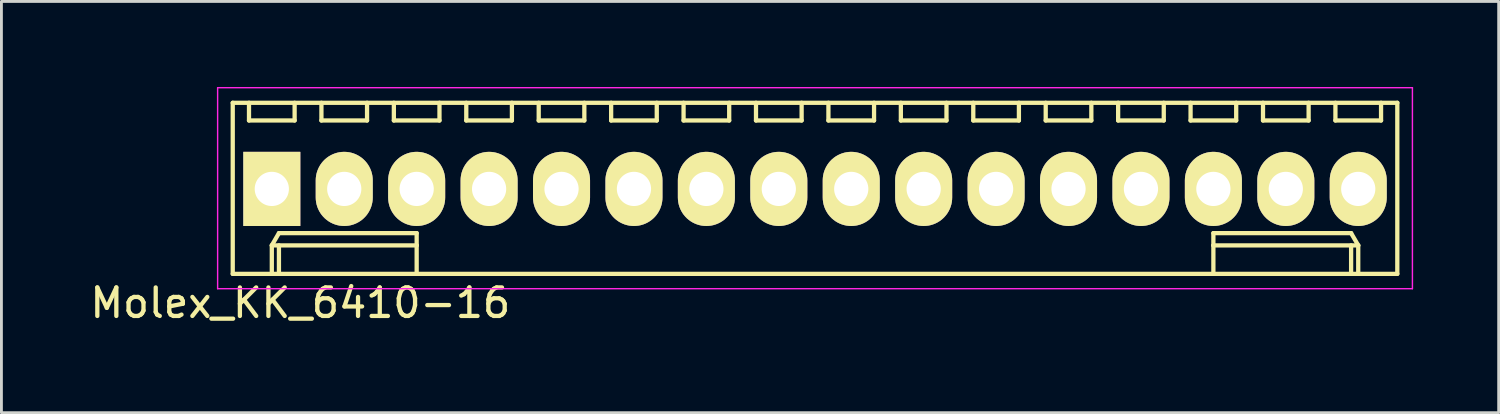
<source format=kicad_pcb>
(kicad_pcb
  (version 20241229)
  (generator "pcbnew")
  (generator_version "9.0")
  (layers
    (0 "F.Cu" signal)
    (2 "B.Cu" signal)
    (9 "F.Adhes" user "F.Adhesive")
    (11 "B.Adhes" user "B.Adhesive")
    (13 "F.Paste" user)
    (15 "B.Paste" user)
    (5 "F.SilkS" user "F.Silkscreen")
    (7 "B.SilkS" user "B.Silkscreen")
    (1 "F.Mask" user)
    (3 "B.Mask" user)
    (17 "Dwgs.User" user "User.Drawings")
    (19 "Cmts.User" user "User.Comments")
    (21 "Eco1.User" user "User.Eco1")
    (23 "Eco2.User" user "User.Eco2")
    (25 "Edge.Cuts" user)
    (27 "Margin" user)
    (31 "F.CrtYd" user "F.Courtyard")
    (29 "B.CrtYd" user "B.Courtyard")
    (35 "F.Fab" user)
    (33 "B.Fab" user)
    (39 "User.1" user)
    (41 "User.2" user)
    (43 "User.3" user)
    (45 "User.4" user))
  (footprint "Molex_KK_6410-16"
    (layer "F.Cu")
    (at 6.482 3.575)
    (property "Reference" "Molex_KK_6410-16" (at 1 4 0) (layer "F.SilkS") (effects (font (size 1 1) (thickness 0.15))))
    (attr through_hole)
    (fp_line (start -1.37 -3.02) (end -1.37 2.98) (stroke (width 0.15) (type solid)) (layer "F.SilkS"))
    (fp_line (start -1.37 2.98) (end 39.47 2.98) (stroke (width 0.15) (type solid)) (layer "F.SilkS"))
    (fp_line (start -0.8 -3.02) (end -0.8 -2.4) (stroke (width 0.15) (type solid)) (layer "F.SilkS"))
    (fp_line (start -0.8 -2.4) (end 0.8 -2.4) (stroke (width 0.15) (type solid)) (layer "F.SilkS"))
    (fp_line (start 0 1.98) (end 0.25 1.55) (stroke (width 0.15) (type solid)) (layer "F.SilkS"))
    (fp_line (start 0 1.98) (end 5.08 1.98) (stroke (width 0.15) (type solid)) (layer "F.SilkS"))
    (fp_line (start 0 2.98) (end 0 1.98) (stroke (width 0.15) (type solid)) (layer "F.SilkS"))
    (fp_line (start 0.25 1.55) (end 5.08 1.55) (stroke (width 0.15) (type solid)) (layer "F.SilkS"))
    (fp_line (start 0.25 2.98) (end 0.25 1.98) (stroke (width 0.15) (type solid)) (layer "F.SilkS"))
    (fp_line (start 0.8 -2.4) (end 0.8 -3.02) (stroke (width 0.15) (type solid)) (layer "F.SilkS"))
    (fp_line (start 1.74 -3.02) (end 1.74 -2.4) (stroke (width 0.15) (type solid)) (layer "F.SilkS"))
    (fp_line (start 1.74 -2.4) (end 3.34 -2.4) (stroke (width 0.15) (type solid)) (layer "F.SilkS"))
    (fp_line (start 3.34 -2.4) (end 3.34 -3.02) (stroke (width 0.15) (type solid)) (layer "F.SilkS"))
    (fp_line (start 4.28 -3.02) (end 4.28 -2.4) (stroke (width 0.15) (type solid)) (layer "F.SilkS"))
    (fp_line (start 4.28 -2.4) (end 5.88 -2.4) (stroke (width 0.15) (type solid)) (layer "F.SilkS"))
    (fp_line (start 5.08 1.55) (end 5.08 1.98) (stroke (width 0.15) (type solid)) (layer "F.SilkS"))
    (fp_line (start 5.08 1.98) (end 5.08 2.98) (stroke (width 0.15) (type solid)) (layer "F.SilkS"))
    (fp_line (start 5.88 -2.4) (end 5.88 -3.02) (stroke (width 0.15) (type solid)) (layer "F.SilkS"))
    (fp_line (start 6.82 -3.02) (end 6.82 -2.4) (stroke (width 0.15) (type solid)) (layer "F.SilkS"))
    (fp_line (start 6.82 -2.4) (end 8.42 -2.4) (stroke (width 0.15) (type solid)) (layer "F.SilkS"))
    (fp_line (start 8.42 -2.4) (end 8.42 -3.02) (stroke (width 0.15) (type solid)) (layer "F.SilkS"))
    (fp_line (start 9.36 -3.02) (end 9.36 -2.4) (stroke (width 0.15) (type solid)) (layer "F.SilkS"))
    (fp_line (start 9.36 -2.4) (end 10.96 -2.4) (stroke (width 0.15) (type solid)) (layer "F.SilkS"))
    (fp_line (start 10.96 -2.4) (end 10.96 -3.02) (stroke (width 0.15) (type solid)) (layer "F.SilkS"))
    (fp_line (start 11.9 -3.02) (end 11.9 -2.4) (stroke (width 0.15) (type solid)) (layer "F.SilkS"))
    (fp_line (start 11.9 -2.4) (end 13.5 -2.4) (stroke (width 0.15) (type solid)) (layer "F.SilkS"))
    (fp_line (start 13.5 -2.4) (end 13.5 -3.02) (stroke (width 0.15) (type solid)) (layer "F.SilkS"))
    (fp_line (start 14.44 -3.02) (end 14.44 -2.4) (stroke (width 0.15) (type solid)) (layer "F.SilkS"))
    (fp_line (start 14.44 -2.4) (end 16.04 -2.4) (stroke (width 0.15) (type solid)) (layer "F.SilkS"))
    (fp_line (start 16.04 -2.4) (end 16.04 -3.02) (stroke (width 0.15) (type solid)) (layer "F.SilkS"))
    (fp_line (start 16.98 -3.02) (end 16.98 -2.4) (stroke (width 0.15) (type solid)) (layer "F.SilkS"))
    (fp_line (start 16.98 -2.4) (end 18.58 -2.4) (stroke (width 0.15) (type solid)) (layer "F.SilkS"))
    (fp_line (start 18.58 -2.4) (end 18.58 -3.02) (stroke (width 0.15) (type solid)) (layer "F.SilkS"))
    (fp_line (start 19.52 -3.02) (end 19.52 -2.4) (stroke (width 0.15) (type solid)) (layer "F.SilkS"))
    (fp_line (start 19.52 -2.4) (end 21.12 -2.4) (stroke (width 0.15) (type solid)) (layer "F.SilkS"))
    (fp_line (start 21.12 -2.4) (end 21.12 -3.02) (stroke (width 0.15) (type solid)) (layer "F.SilkS"))
    (fp_line (start 22.06 -3.02) (end 22.06 -2.4) (stroke (width 0.15) (type solid)) (layer "F.SilkS"))
    (fp_line (start 22.06 -2.4) (end 23.66 -2.4) (stroke (width 0.15) (type solid)) (layer "F.SilkS"))
    (fp_line (start 23.66 -2.4) (end 23.66 -3.02) (stroke (width 0.15) (type solid)) (layer "F.SilkS"))
    (fp_line (start 24.6 -3.02) (end 24.6 -2.4) (stroke (width 0.15) (type solid)) (layer "F.SilkS"))
    (fp_line (start 24.6 -2.4) (end 26.2 -2.4) (stroke (width 0.15) (type solid)) (layer "F.SilkS"))
    (fp_line (start 26.2 -2.4) (end 26.2 -3.02) (stroke (width 0.15) (type solid)) (layer "F.SilkS"))
    (fp_line (start 27.14 -3.02) (end 27.14 -2.4) (stroke (width 0.15) (type solid)) (layer "F.SilkS"))
    (fp_line (start 27.14 -2.4) (end 28.74 -2.4) (stroke (width 0.15) (type solid)) (layer "F.SilkS"))
    (fp_line (start 28.74 -2.4) (end 28.74 -3.02) (stroke (width 0.15) (type solid)) (layer "F.SilkS"))
    (fp_line (start 29.68 -3.02) (end 29.68 -2.4) (stroke (width 0.15) (type solid)) (layer "F.SilkS"))
    (fp_line (start 29.68 -2.4) (end 31.28 -2.4) (stroke (width 0.15) (type solid)) (layer "F.SilkS"))
    (fp_line (start 31.28 -2.4) (end 31.28 -3.02) (stroke (width 0.15) (type solid)) (layer "F.SilkS"))
    (fp_line (start 32.22 -3.02) (end 32.22 -2.4) (stroke (width 0.15) (type solid)) (layer "F.SilkS"))
    (fp_line (start 32.22 -2.4) (end 33.82 -2.4) (stroke (width 0.15) (type solid)) (layer "F.SilkS"))
    (fp_line (start 33.02 1.55) (end 33.02 1.98) (stroke (width 0.15) (type solid)) (layer "F.SilkS"))
    (fp_line (start 33.02 1.98) (end 33.02 2.98) (stroke (width 0.15) (type solid)) (layer "F.SilkS"))
    (fp_line (start 33.82 -2.4) (end 33.82 -3.02) (stroke (width 0.15) (type solid)) (layer "F.SilkS"))
    (fp_line (start 34.76 -3.02) (end 34.76 -2.4) (stroke (width 0.15) (type solid)) (layer "F.SilkS"))
    (fp_line (start 34.76 -2.4) (end 36.36 -2.4) (stroke (width 0.15) (type solid)) (layer "F.SilkS"))
    (fp_line (start 36.36 -2.4) (end 36.36 -3.02) (stroke (width 0.15) (type solid)) (layer "F.SilkS"))
    (fp_line (start 37.3 -3.02) (end 37.3 -2.4) (stroke (width 0.15) (type solid)) (layer "F.SilkS"))
    (fp_line (start 37.3 -2.4) (end 38.9 -2.4) (stroke (width 0.15) (type solid)) (layer "F.SilkS"))
    (fp_line (start 37.85 1.55) (end 33.02 1.55) (stroke (width 0.15) (type solid)) (layer "F.SilkS"))
    (fp_line (start 37.85 2.98) (end 37.85 1.98) (stroke (width 0.15) (type solid)) (layer "F.SilkS"))
    (fp_line (start 38.1 1.98) (end 33.02 1.98) (stroke (width 0.15) (type solid)) (layer "F.SilkS"))
    (fp_line (start 38.1 1.98) (end 37.85 1.55) (stroke (width 0.15) (type solid)) (layer "F.SilkS"))
    (fp_line (start 38.1 2.98) (end 38.1 1.98) (stroke (width 0.15) (type solid)) (layer "F.SilkS"))
    (fp_line (start 38.9 -2.4) (end 38.9 -3.02) (stroke (width 0.15) (type solid)) (layer "F.SilkS"))
    (fp_line (start 39.47 -3.02) (end -1.37 -3.02) (stroke (width 0.15) (type solid)) (layer "F.SilkS"))
    (fp_line (start 39.47 2.98) (end 39.47 -3.02) (stroke (width 0.15) (type solid)) (layer "F.SilkS"))
    (fp_line (start -1.9 -3.55) (end 40 -3.55) (stroke (width 0.05) (type solid)) (layer "F.CrtYd"))
    (fp_line (start -1.9 3.5) (end -1.9 -3.55) (stroke (width 0.05) (type solid)) (layer "F.CrtYd"))
    (fp_line (start 40 -3.55) (end 40 3.5) (stroke (width 0.05) (type solid)) (layer "F.CrtYd"))
    (fp_line (start 40 3.5) (end -1.9 3.5) (stroke (width 0.05) (type solid)) (layer "F.CrtYd"))
    (pad "1" thru_hole rect (at 0 0) (size 2 2.6) (drill 1.2) (layers "*.Cu" "*.Mask" "F.SilkS"))
    (pad "2" thru_hole oval (at 2.54 0) (size 2 2.6) (drill 1.2) (layers "*.Cu" "*.Mask" "F.SilkS"))
    (pad "3" thru_hole oval (at 5.08 0) (size 2 2.6) (drill 1.2) (layers "*.Cu" "*.Mask" "F.SilkS"))
    (pad "4" thru_hole oval (at 7.62 0) (size 2 2.6) (drill 1.2) (layers "*.Cu" "*.Mask" "F.SilkS"))
    (pad "5" thru_hole oval (at 10.16 0) (size 2 2.6) (drill 1.2) (layers "*.Cu" "*.Mask" "F.SilkS"))
    (pad "6" thru_hole oval (at 12.7 0) (size 2 2.6) (drill 1.2) (layers "*.Cu" "*.Mask" "F.SilkS"))
    (pad "7" thru_hole oval (at 15.24 0) (size 2 2.6) (drill 1.2) (layers "*.Cu" "*.Mask" "F.SilkS"))
    (pad "8" thru_hole oval (at 17.78 0) (size 2 2.6) (drill 1.2) (layers "*.Cu" "*.Mask" "F.SilkS"))
    (pad "9" thru_hole oval (at 20.32 0) (size 2 2.6) (drill 1.2) (layers "*.Cu" "*.Mask" "F.SilkS"))
    (pad "10" thru_hole oval (at 22.86 0) (size 2 2.6) (drill 1.2) (layers "*.Cu" "*.Mask" "F.SilkS"))
    (pad "11" thru_hole oval (at 25.4 0) (size 2 2.6) (drill 1.2) (layers "*.Cu" "*.Mask" "F.SilkS"))
    (pad "12" thru_hole oval (at 27.94 0) (size 2 2.6) (drill 1.2) (layers "*.Cu" "*.Mask" "F.SilkS"))
    (pad "13" thru_hole oval (at 30.48 0) (size 2 2.6) (drill 1.2) (layers "*.Cu" "*.Mask" "F.SilkS"))
    (pad "14" thru_hole oval (at 33.02 0) (size 2 2.6) (drill 1.2) (layers "*.Cu" "*.Mask" "F.SilkS"))
    (pad "15" thru_hole oval (at 35.56 0) (size 2 2.6) (drill 1.2) (layers "*.Cu" "*.Mask" "F.SilkS"))
    (pad "16" thru_hole oval (at 38.1 0) (size 2 2.6) (drill 1.2) (layers "*.Cu" "*.Mask" "F.SilkS")))
  (gr_rect
    (start -3 -3)
    (end 49.507 11.423)
    (stroke (width 0.1) (type default))
    (fill no)
    (layer "Edge.Cuts")))
</source>
